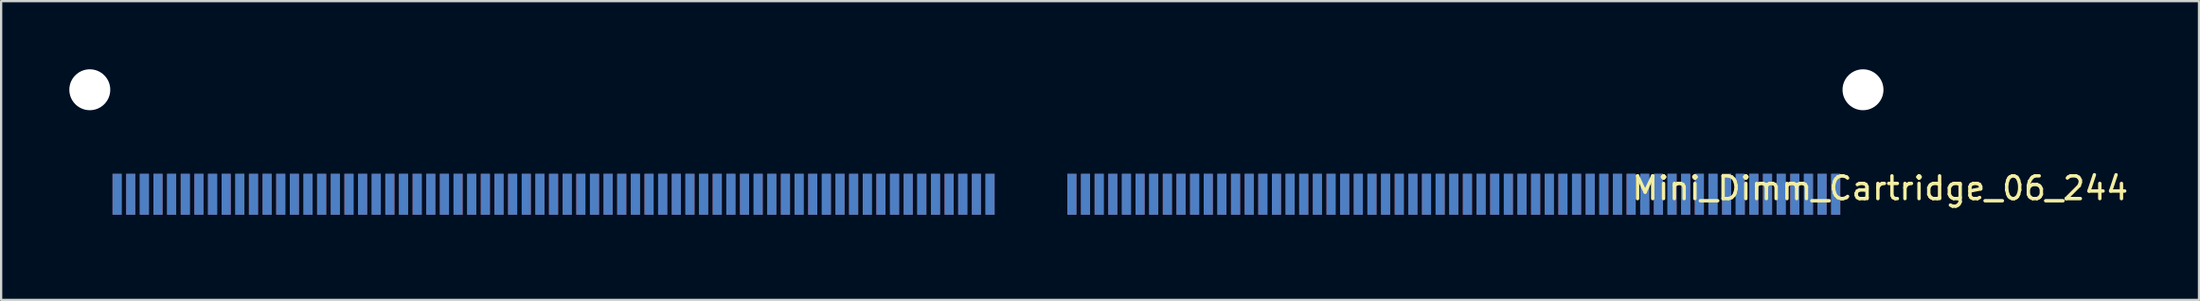
<source format=kicad_pcb>
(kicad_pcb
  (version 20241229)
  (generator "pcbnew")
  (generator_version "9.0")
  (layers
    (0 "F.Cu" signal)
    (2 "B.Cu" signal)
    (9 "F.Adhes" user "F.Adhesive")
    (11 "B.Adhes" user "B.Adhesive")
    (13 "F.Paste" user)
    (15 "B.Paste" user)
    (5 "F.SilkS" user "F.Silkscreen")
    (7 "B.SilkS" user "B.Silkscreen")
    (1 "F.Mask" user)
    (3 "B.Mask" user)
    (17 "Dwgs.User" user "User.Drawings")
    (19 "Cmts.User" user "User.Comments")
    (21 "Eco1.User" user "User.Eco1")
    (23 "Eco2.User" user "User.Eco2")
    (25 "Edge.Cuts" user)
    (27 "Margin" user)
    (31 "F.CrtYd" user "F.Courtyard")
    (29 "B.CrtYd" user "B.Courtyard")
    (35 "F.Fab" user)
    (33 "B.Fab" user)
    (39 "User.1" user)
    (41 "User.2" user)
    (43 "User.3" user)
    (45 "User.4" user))
  (footprint "Mini_Dimm_Cartridge_06_244"
    (layer "F.Cu")
    (at 39.9 6.9)
    (property "Reference" "Mini_Dimm_Cartridge_06_244" (at 39.75 -1.665 0) (layer "F.SilkS") (effects (font (size 1 1) (thickness 0.15))))
    (attr through_hole)
    (pad "" np_thru_hole circle (at -39 -6) (size 1.8 1.8) (drill 1.8) (layers "*.Cu" "*.Mask"))
    (pad "" np_thru_hole circle (at 39 -6) (size 1.8 1.8) (drill 1.8) (layers "*.Cu" "*.Mask"))
    (pad "1" smd rect (at -37.8 -1.4) (size 0.4 1.8) (layers "F.Cu" "F.Mask"))
    (pad "2" smd rect (at -37.2 -1.4) (size 0.4 1.8) (layers "F.Cu" "F.Mask"))
    (pad "3" smd rect (at -36.6 -1.4) (size 0.4 1.8) (layers "F.Cu" "F.Mask"))
    (pad "4" smd rect (at -36 -1.4) (size 0.4 1.8) (layers "F.Cu" "F.Mask"))
    (pad "5" smd rect (at -35.4 -1.4) (size 0.4 1.8) (layers "F.Cu" "F.Mask"))
    (pad "6" smd rect (at -34.8 -1.4) (size 0.4 1.8) (layers "F.Cu" "F.Mask"))
    (pad "7" smd rect (at -34.2 -1.4) (size 0.4 1.8) (layers "F.Cu" "F.Mask"))
    (pad "8" smd rect (at -33.6 -1.4) (size 0.4 1.8) (layers "F.Cu" "F.Mask"))
    (pad "9" smd rect (at -33 -1.4) (size 0.4 1.8) (layers "F.Cu" "F.Mask"))
    (pad "10" smd rect (at -32.4 -1.4) (size 0.4 1.8) (layers "F.Cu" "F.Mask"))
    (pad "11" smd rect (at -31.8 -1.4) (size 0.4 1.8) (layers "F.Cu" "F.Mask"))
    (pad "12" smd rect (at -31.2 -1.4) (size 0.4 1.8) (layers "F.Cu" "F.Mask"))
    (pad "13" smd rect (at -30.6 -1.4) (size 0.4 1.8) (layers "F.Cu" "F.Mask"))
    (pad "14" smd rect (at -30 -1.4) (size 0.4 1.8) (layers "F.Cu" "F.Mask"))
    (pad "15" smd rect (at -29.4 -1.4) (size 0.4 1.8) (layers "F.Cu" "F.Mask"))
    (pad "16" smd rect (at -28.8 -1.4) (size 0.4 1.8) (layers "F.Cu" "F.Mask"))
    (pad "17" smd rect (at -28.2 -1.4) (size 0.4 1.8) (layers "F.Cu" "F.Mask"))
    (pad "18" smd rect (at -27.6 -1.4) (size 0.4 1.8) (layers "F.Cu" "F.Mask"))
    (pad "19" smd rect (at -27 -1.4) (size 0.4 1.8) (layers "F.Cu" "F.Mask"))
    (pad "20" smd rect (at -26.4 -1.4) (size 0.4 1.8) (layers "F.Cu" "F.Mask"))
    (pad "21" smd rect (at -25.8 -1.4) (size 0.4 1.8) (layers "F.Cu" "F.Mask"))
    (pad "22" smd rect (at -25.2 -1.4) (size 0.4 1.8) (layers "F.Cu" "F.Mask"))
    (pad "23" smd rect (at -24.6 -1.4) (size 0.4 1.8) (layers "F.Cu" "F.Mask"))
    (pad "24" smd rect (at -24 -1.4) (size 0.4 1.8) (layers "F.Cu" "F.Mask"))
    (pad "25" smd rect (at -23.4 -1.4) (size 0.4 1.8) (layers "F.Cu" "F.Mask"))
    (pad "26" smd rect (at -22.8 -1.4) (size 0.4 1.8) (layers "F.Cu" "F.Mask"))
    (pad "27" smd rect (at -22.2 -1.4) (size 0.4 1.8) (layers "F.Cu" "F.Mask"))
    (pad "28" smd rect (at -21.6 -1.4) (size 0.4 1.8) (layers "F.Cu" "F.Mask"))
    (pad "29" smd rect (at -21 -1.4) (size 0.4 1.8) (layers "F.Cu" "F.Mask"))
    (pad "30" smd rect (at -20.4 -1.4) (size 0.4 1.8) (layers "F.Cu" "F.Mask"))
    (pad "31" smd rect (at -19.8 -1.4) (size 0.4 1.8) (layers "F.Cu" "F.Mask"))
    (pad "32" smd rect (at -19.2 -1.4) (size 0.4 1.8) (layers "F.Cu" "F.Mask"))
    (pad "33" smd rect (at -18.6 -1.4) (size 0.4 1.8) (layers "F.Cu" "F.Mask"))
    (pad "34" smd rect (at -18 -1.4) (size 0.4 1.8) (layers "F.Cu" "F.Mask"))
    (pad "35" smd rect (at -17.4 -1.4) (size 0.4 1.8) (layers "F.Cu" "F.Mask"))
    (pad "36" smd rect (at -16.8 -1.4) (size 0.4 1.8) (layers "F.Cu" "F.Mask"))
    (pad "37" smd rect (at -16.2 -1.4) (size 0.4 1.8) (layers "F.Cu" "F.Mask"))
    (pad "38" smd rect (at -15.6 -1.4) (size 0.4 1.8) (layers "F.Cu" "F.Mask"))
    (pad "39" smd rect (at -15 -1.4) (size 0.4 1.8) (layers "F.Cu" "F.Mask"))
    (pad "40" smd rect (at -14.4 -1.4) (size 0.4 1.8) (layers "F.Cu" "F.Mask"))
    (pad "41" smd rect (at -13.8 -1.4) (size 0.4 1.8) (layers "F.Cu" "F.Mask"))
    (pad "42" smd rect (at -13.2 -1.4) (size 0.4 1.8) (layers "F.Cu" "F.Mask"))
    (pad "43" smd rect (at -12.6 -1.4) (size 0.4 1.8) (layers "F.Cu" "F.Mask"))
    (pad "44" smd rect (at -12 -1.4) (size 0.4 1.8) (layers "F.Cu" "F.Mask"))
    (pad "45" smd rect (at -11.4 -1.4) (size 0.4 1.8) (layers "F.Cu" "F.Mask"))
    (pad "46" smd rect (at -10.8 -1.4) (size 0.4 1.8) (layers "F.Cu" "F.Mask"))
    (pad "47" smd rect (at -10.2 -1.4) (size 0.4 1.8) (layers "F.Cu" "F.Mask"))
    (pad "48" smd rect (at -9.6 -1.4) (size 0.4 1.8) (layers "F.Cu" "F.Mask"))
    (pad "49" smd rect (at -9 -1.4) (size 0.4 1.8) (layers "F.Cu" "F.Mask"))
    (pad "50" smd rect (at -8.4 -1.4) (size 0.4 1.8) (layers "F.Cu" "F.Mask"))
    (pad "51" smd rect (at -7.8 -1.4) (size 0.4 1.8) (layers "F.Cu" "F.Mask"))
    (pad "52" smd rect (at -7.2 -1.4) (size 0.4 1.8) (layers "F.Cu" "F.Mask"))
    (pad "53" smd rect (at -6.6 -1.4) (size 0.4 1.8) (layers "F.Cu" "F.Mask"))
    (pad "54" smd rect (at -6 -1.4) (size 0.4 1.8) (layers "F.Cu" "F.Mask"))
    (pad "55" smd rect (at -5.4 -1.4) (size 0.4 1.8) (layers "F.Cu" "F.Mask"))
    (pad "56" smd rect (at -4.8 -1.4) (size 0.4 1.8) (layers "F.Cu" "F.Mask"))
    (pad "57" smd rect (at -4.2 -1.4) (size 0.4 1.8) (layers "F.Cu" "F.Mask"))
    (pad "58" smd rect (at -3.6 -1.4) (size 0.4 1.8) (layers "F.Cu" "F.Mask"))
    (pad "59" smd rect (at -3 -1.4) (size 0.4 1.8) (layers "F.Cu" "F.Mask"))
    (pad "60" smd rect (at -2.4 -1.4) (size 0.4 1.8) (layers "F.Cu" "F.Mask"))
    (pad "61" smd rect (at -1.8 -1.4) (size 0.4 1.8) (layers "F.Cu" "F.Mask"))
    (pad "62" smd rect (at -1.2 -1.4) (size 0.4 1.8) (layers "F.Cu" "F.Mask"))
    (pad "63" smd rect (at -0.6 -1.4) (size 0.4 1.8) (layers "F.Cu" "F.Mask"))
    (pad "64" smd rect (at 0 -1.4) (size 0.4 1.8) (layers "F.Cu" "F.Mask"))
    (pad "65" smd rect (at 0.6 -1.4) (size 0.4 1.8) (layers "F.Cu" "F.Mask"))
    (pad "66" smd rect (at 4.2 -1.4) (size 0.4 1.8) (layers "F.Cu" "F.Mask"))
    (pad "67" smd rect (at 4.8 -1.4) (size 0.4 1.8) (layers "F.Cu" "F.Mask"))
    (pad "68" smd rect (at 5.4 -1.4) (size 0.4 1.8) (layers "F.Cu" "F.Mask"))
    (pad "69" smd rect (at 6 -1.4) (size 0.4 1.8) (layers "F.Cu" "F.Mask"))
    (pad "70" smd rect (at 6.6 -1.4) (size 0.4 1.8) (layers "F.Cu" "F.Mask"))
    (pad "71" smd rect (at 7.2 -1.4) (size 0.4 1.8) (layers "F.Cu" "F.Mask"))
    (pad "72" smd rect (at 7.8 -1.4) (size 0.4 1.8) (layers "F.Cu" "F.Mask"))
    (pad "73" smd rect (at 8.4 -1.4) (size 0.4 1.8) (layers "F.Cu" "F.Mask"))
    (pad "74" smd rect (at 9 -1.4) (size 0.4 1.8) (layers "F.Cu" "F.Mask"))
    (pad "75" smd rect (at 9.6 -1.4) (size 0.4 1.8) (layers "F.Cu" "F.Mask"))
    (pad "76" smd rect (at 10.2 -1.4) (size 0.4 1.8) (layers "F.Cu" "F.Mask"))
    (pad "77" smd rect (at 10.8 -1.4) (size 0.4 1.8) (layers "F.Cu" "F.Mask"))
    (pad "78" smd rect (at 11.4 -1.4) (size 0.4 1.8) (layers "F.Cu" "F.Mask"))
    (pad "79" smd rect (at 12 -1.4) (size 0.4 1.8) (layers "F.Cu" "F.Mask"))
    (pad "80" smd rect (at 12.6 -1.4) (size 0.4 1.8) (layers "F.Cu" "F.Mask"))
    (pad "81" smd rect (at 13.2 -1.4) (size 0.4 1.8) (layers "F.Cu" "F.Mask"))
    (pad "82" smd rect (at 13.8 -1.4) (size 0.4 1.8) (layers "F.Cu" "F.Mask"))
    (pad "83" smd rect (at 14.4 -1.4) (size 0.4 1.8) (layers "F.Cu" "F.Mask"))
    (pad "84" smd rect (at 15 -1.4) (size 0.4 1.8) (layers "F.Cu" "F.Mask"))
    (pad "85" smd rect (at 15.6 -1.4) (size 0.4 1.8) (layers "F.Cu" "F.Mask"))
    (pad "86" smd rect (at 16.2 -1.4) (size 0.4 1.8) (layers "F.Cu" "F.Mask"))
    (pad "87" smd rect (at 16.8 -1.4) (size 0.4 1.8) (layers "F.Cu" "F.Mask"))
    (pad "88" smd rect (at 17.4 -1.4) (size 0.4 1.8) (layers "F.Cu" "F.Mask"))
    (pad "89" smd rect (at 18 -1.4) (size 0.4 1.8) (layers "F.Cu" "F.Mask"))
    (pad "90" smd rect (at 18.6 -1.4) (size 0.4 1.8) (layers "F.Cu" "F.Mask"))
    (pad "91" smd rect (at 19.2 -1.4) (size 0.4 1.8) (layers "F.Cu" "F.Mask"))
    (pad "92" smd rect (at 19.8 -1.4) (size 0.4 1.8) (layers "F.Cu" "F.Mask"))
    (pad "93" smd rect (at 20.4 -1.4) (size 0.4 1.8) (layers "F.Cu" "F.Mask"))
    (pad "94" smd rect (at 21 -1.4) (size 0.4 1.8) (layers "F.Cu" "F.Mask"))
    (pad "95" smd rect (at 21.6 -1.4) (size 0.4 1.8) (layers "F.Cu" "F.Mask"))
    (pad "96" smd rect (at 22.2 -1.4) (size 0.4 1.8) (layers "F.Cu" "F.Mask"))
    (pad "97" smd rect (at 22.8 -1.4) (size 0.4 1.8) (layers "F.Cu" "F.Mask"))
    (pad "98" smd rect (at 23.4 -1.4) (size 0.4 1.8) (layers "F.Cu" "F.Mask"))
    (pad "99" smd rect (at 24 -1.4) (size 0.4 1.8) (layers "F.Cu" "F.Mask"))
    (pad "100" smd rect (at 24.6 -1.4) (size 0.4 1.8) (layers "F.Cu" "F.Mask"))
    (pad "101" smd rect (at 25.2 -1.4) (size 0.4 1.8) (layers "F.Cu" "F.Mask"))
    (pad "102" smd rect (at 25.8 -1.4) (size 0.4 1.8) (layers "F.Cu" "F.Mask"))
    (pad "103" smd rect (at 26.4 -1.4) (size 0.4 1.8) (layers "F.Cu" "F.Mask"))
    (pad "104" smd rect (at 27 -1.4) (size 0.4 1.8) (layers "F.Cu" "F.Mask"))
    (pad "105" smd rect (at 27.6 -1.4) (size 0.4 1.8) (layers "F.Cu" "F.Mask"))
    (pad "106" smd rect (at 28.2 -1.4) (size 0.4 1.8) (layers "F.Cu" "F.Mask"))
    (pad "107" smd rect (at 28.8 -1.4) (size 0.4 1.8) (layers "F.Cu" "F.Mask"))
    (pad "108" smd rect (at 29.4 -1.4) (size 0.4 1.8) (layers "F.Cu" "F.Mask"))
    (pad "109" smd rect (at 30 -1.4) (size 0.4 1.8) (layers "F.Cu" "F.Mask"))
    (pad "110" smd rect (at 30.6 -1.4) (size 0.4 1.8) (layers "F.Cu" "F.Mask"))
    (pad "111" smd rect (at 31.2 -1.4) (size 0.4 1.8) (layers "F.Cu" "F.Mask"))
    (pad "112" smd rect (at 31.8 -1.4) (size 0.4 1.8) (layers "F.Cu" "F.Mask"))
    (pad "113" smd rect (at 32.4 -1.4) (size 0.4 1.8) (layers "F.Cu" "F.Mask"))
    (pad "114" smd rect (at 33 -1.4) (size 0.4 1.8) (layers "F.Cu" "F.Mask"))
    (pad "115" smd rect (at 33.6 -1.4) (size 0.4 1.8) (layers "F.Cu" "F.Mask"))
    (pad "116" smd rect (at 34.2 -1.4) (size 0.4 1.8) (layers "F.Cu" "F.Mask"))
    (pad "117" smd rect (at 34.8 -1.4) (size 0.4 1.8) (layers "F.Cu" "F.Mask"))
    (pad "118" smd rect (at 35.4 -1.4) (size 0.4 1.8) (layers "F.Cu" "F.Mask"))
    (pad "119" smd rect (at 36 -1.4) (size 0.4 1.8) (layers "F.Cu" "F.Mask"))
    (pad "120" smd rect (at 36.6 -1.4) (size 0.4 1.8) (layers "F.Cu" "F.Mask"))
    (pad "121" smd rect (at 37.2 -1.4) (size 0.4 1.8) (layers "F.Cu" "F.Mask"))
    (pad "122" smd rect (at 37.8 -1.4) (size 0.4 1.8) (layers "F.Cu" "F.Mask"))
    (pad "123" smd rect (at 37.8 -1.4) (size 0.4 1.8) (layers "B.Cu" "B.Mask"))
    (pad "124" smd rect (at 37.2 -1.4) (size 0.4 1.8) (layers "B.Cu" "B.Mask"))
    (pad "125" smd rect (at 36.6 -1.4) (size 0.4 1.8) (layers "B.Cu" "B.Mask"))
    (pad "126" smd rect (at 36 -1.4) (size 0.4 1.8) (layers "B.Cu" "B.Mask"))
    (pad "127" smd rect (at 35.4 -1.4) (size 0.4 1.8) (layers "B.Cu" "B.Mask"))
    (pad "128" smd rect (at 34.8 -1.4) (size 0.4 1.8) (layers "B.Cu" "B.Mask"))
    (pad "129" smd rect (at 34.2 -1.4) (size 0.4 1.8) (layers "B.Cu" "B.Mask"))
    (pad "130" smd rect (at 33.6 -1.4) (size 0.4 1.8) (layers "B.Cu" "B.Mask"))
    (pad "131" smd rect (at 33 -1.4) (size 0.4 1.8) (layers "B.Cu" "B.Mask"))
    (pad "132" smd rect (at 32.4 -1.4) (size 0.4 1.8) (layers "B.Cu" "B.Mask"))
    (pad "133" smd rect (at 31.8 -1.4) (size 0.4 1.8) (layers "B.Cu" "B.Mask"))
    (pad "134" smd rect (at 31.2 -1.4) (size 0.4 1.8) (layers "B.Cu" "B.Mask"))
    (pad "135" smd rect (at 30.6 -1.4) (size 0.4 1.8) (layers "B.Cu" "B.Mask"))
    (pad "136" smd rect (at 30 -1.4) (size 0.4 1.8) (layers "B.Cu" "B.Mask"))
    (pad "137" smd rect (at 29.4 -1.4) (size 0.4 1.8) (layers "B.Cu" "B.Mask"))
    (pad "138" smd rect (at 28.8 -1.4) (size 0.4 1.8) (layers "B.Cu" "B.Mask"))
    (pad "139" smd rect (at 28.2 -1.4) (size 0.4 1.8) (layers "B.Cu" "B.Mask"))
    (pad "140" smd rect (at 27.6 -1.4) (size 0.4 1.8) (layers "B.Cu" "B.Mask"))
    (pad "141" smd rect (at 27 -1.4) (size 0.4 1.8) (layers "B.Cu" "B.Mask"))
    (pad "142" smd rect (at 26.4 -1.4) (size 0.4 1.8) (layers "B.Cu" "B.Mask"))
    (pad "143" smd rect (at 25.8 -1.4) (size 0.4 1.8) (layers "B.Cu" "B.Mask"))
    (pad "144" smd rect (at 25.2 -1.4) (size 0.4 1.8) (layers "B.Cu" "B.Mask"))
    (pad "145" smd rect (at 24.6 -1.4) (size 0.4 1.8) (layers "B.Cu" "B.Mask"))
    (pad "146" smd rect (at 24 -1.4) (size 0.4 1.8) (layers "B.Cu" "B.Mask"))
    (pad "147" smd rect (at 23.4 -1.4) (size 0.4 1.8) (layers "B.Cu" "B.Mask"))
    (pad "148" smd rect (at 22.8 -1.4) (size 0.4 1.8) (layers "B.Cu" "B.Mask"))
    (pad "149" smd rect (at 22.2 -1.4) (size 0.4 1.8) (layers "B.Cu" "B.Mask"))
    (pad "150" smd rect (at 21.6 -1.4) (size 0.4 1.8) (layers "B.Cu" "B.Mask"))
    (pad "151" smd rect (at 21 -1.4) (size 0.4 1.8) (layers "B.Cu" "B.Mask"))
    (pad "152" smd rect (at 20.4 -1.4) (size 0.4 1.8) (layers "B.Cu" "B.Mask"))
    (pad "153" smd rect (at 19.8 -1.4) (size 0.4 1.8) (layers "B.Cu" "B.Mask"))
    (pad "154" smd rect (at 19.2 -1.4) (size 0.4 1.8) (layers "B.Cu" "B.Mask"))
    (pad "155" smd rect (at 18.6 -1.4) (size 0.4 1.8) (layers "B.Cu" "B.Mask"))
    (pad "156" smd rect (at 18 -1.4) (size 0.4 1.8) (layers "B.Cu" "B.Mask"))
    (pad "157" smd rect (at 17.4 -1.4) (size 0.4 1.8) (layers "B.Cu" "B.Mask"))
    (pad "158" smd rect (at 16.8 -1.4) (size 0.4 1.8) (layers "B.Cu" "B.Mask"))
    (pad "159" smd rect (at 16.2 -1.4) (size 0.4 1.8) (layers "B.Cu" "B.Mask"))
    (pad "160" smd rect (at 15.6 -1.4) (size 0.4 1.8) (layers "B.Cu" "B.Mask"))
    (pad "161" smd rect (at 15 -1.4) (size 0.4 1.8) (layers "B.Cu" "B.Mask"))
    (pad "162" smd rect (at 14.4 -1.4) (size 0.4 1.8) (layers "B.Cu" "B.Mask"))
    (pad "163" smd rect (at 13.8 -1.4) (size 0.4 1.8) (layers "B.Cu" "B.Mask"))
    (pad "164" smd rect (at 13.2 -1.4) (size 0.4 1.8) (layers "B.Cu" "B.Mask"))
    (pad "165" smd rect (at 12.6 -1.4) (size 0.4 1.8) (layers "B.Cu" "B.Mask"))
    (pad "166" smd rect (at 12 -1.4) (size 0.4 1.8) (layers "B.Cu" "B.Mask"))
    (pad "167" smd rect (at 11.4 -1.4) (size 0.4 1.8) (layers "B.Cu" "B.Mask"))
    (pad "168" smd rect (at 10.8 -1.4) (size 0.4 1.8) (layers "B.Cu" "B.Mask"))
    (pad "169" smd rect (at 10.2 -1.4) (size 0.4 1.8) (layers "B.Cu" "B.Mask"))
    (pad "170" smd rect (at 9.6 -1.4) (size 0.4 1.8) (layers "B.Cu" "B.Mask"))
    (pad "171" smd rect (at 9 -1.4) (size 0.4 1.8) (layers "B.Cu" "B.Mask"))
    (pad "172" smd rect (at 8.4 -1.4) (size 0.4 1.8) (layers "B.Cu" "B.Mask"))
    (pad "173" smd rect (at 7.8 -1.4) (size 0.4 1.8) (layers "B.Cu" "B.Mask"))
    (pad "174" smd rect (at 7.2 -1.4) (size 0.4 1.8) (layers "B.Cu" "B.Mask"))
    (pad "175" smd rect (at 6.6 -1.4) (size 0.4 1.8) (layers "B.Cu" "B.Mask"))
    (pad "176" smd rect (at 6 -1.4) (size 0.4 1.8) (layers "B.Cu" "B.Mask"))
    (pad "177" smd rect (at 5.4 -1.4) (size 0.4 1.8) (layers "B.Cu" "B.Mask"))
    (pad "178" smd rect (at 4.8 -1.4) (size 0.4 1.8) (layers "B.Cu" "B.Mask"))
    (pad "179" smd rect (at 4.2 -1.4) (size 0.4 1.8) (layers "B.Cu" "B.Mask"))
    (pad "180" smd rect (at 0.6 -1.4) (size 0.4 1.8) (layers "B.Cu" "B.Mask"))
    (pad "181" smd rect (at 0 -1.4) (size 0.4 1.8) (layers "B.Cu" "B.Mask"))
    (pad "182" smd rect (at -0.6 -1.4) (size 0.4 1.8) (layers "B.Cu" "B.Mask"))
    (pad "183" smd rect (at -1.2 -1.4) (size 0.4 1.8) (layers "B.Cu" "B.Mask"))
    (pad "184" smd rect (at -1.8 -1.4) (size 0.4 1.8) (layers "B.Cu" "B.Mask"))
    (pad "185" smd rect (at -2.4 -1.4) (size 0.4 1.8) (layers "B.Cu" "B.Mask"))
    (pad "186" smd rect (at -3 -1.4) (size 0.4 1.8) (layers "B.Cu" "B.Mask"))
    (pad "187" smd rect (at -3.6 -1.4) (size 0.4 1.8) (layers "B.Cu" "B.Mask"))
    (pad "188" smd rect (at -4.2 -1.4) (size 0.4 1.8) (layers "B.Cu" "B.Mask"))
    (pad "189" smd rect (at -4.8 -1.4) (size 0.4 1.8) (layers "B.Cu" "B.Mask"))
    (pad "190" smd rect (at -5.4 -1.4) (size 0.4 1.8) (layers "B.Cu" "B.Mask"))
    (pad "191" smd rect (at -6 -1.4) (size 0.4 1.8) (layers "B.Cu" "B.Mask"))
    (pad "192" smd rect (at -6.6 -1.4) (size 0.4 1.8) (layers "B.Cu" "B.Mask"))
    (pad "193" smd rect (at -7.2 -1.4) (size 0.4 1.8) (layers "B.Cu" "B.Mask"))
    (pad "194" smd rect (at -7.8 -1.4) (size 0.4 1.8) (layers "B.Cu" "B.Mask"))
    (pad "195" smd rect (at -8.4 -1.4) (size 0.4 1.8) (layers "B.Cu" "B.Mask"))
    (pad "196" smd rect (at -9 -1.4) (size 0.4 1.8) (layers "B.Cu" "B.Mask"))
    (pad "197" smd rect (at -9.6 -1.4) (size 0.4 1.8) (layers "B.Cu" "B.Mask"))
    (pad "198" smd rect (at -10.2 -1.4) (size 0.4 1.8) (layers "B.Cu" "B.Mask"))
    (pad "199" smd rect (at -10.8 -1.4) (size 0.4 1.8) (layers "B.Cu" "B.Mask"))
    (pad "200" smd rect (at -11.4 -1.4) (size 0.4 1.8) (layers "B.Cu" "B.Mask"))
    (pad "201" smd rect (at -12 -1.4) (size 0.4 1.8) (layers "B.Cu" "B.Mask"))
    (pad "202" smd rect (at -12.6 -1.4) (size 0.4 1.8) (layers "B.Cu" "B.Mask"))
    (pad "203" smd rect (at -13.2 -1.4) (size 0.4 1.8) (layers "B.Cu" "B.Mask"))
    (pad "204" smd rect (at -13.8 -1.4) (size 0.4 1.8) (layers "B.Cu" "B.Mask"))
    (pad "205" smd rect (at -14.4 -1.4) (size 0.4 1.8) (layers "B.Cu" "B.Mask"))
    (pad "206" smd rect (at -15 -1.4) (size 0.4 1.8) (layers "B.Cu" "B.Mask"))
    (pad "207" smd rect (at -15.6 -1.4) (size 0.4 1.8) (layers "B.Cu" "B.Mask"))
    (pad "208" smd rect (at -16.2 -1.4) (size 0.4 1.8) (layers "B.Cu" "B.Mask"))
    (pad "209" smd rect (at -16.8 -1.4) (size 0.4 1.8) (layers "B.Cu" "B.Mask"))
    (pad "210" smd rect (at -17.4 -1.4) (size 0.4 1.8) (layers "B.Cu" "B.Mask"))
    (pad "211" smd rect (at -18 -1.4) (size 0.4 1.8) (layers "B.Cu" "B.Mask"))
    (pad "212" smd rect (at -18.6 -1.4) (size 0.4 1.8) (layers "B.Cu" "B.Mask"))
    (pad "213" smd rect (at -19.2 -1.4) (size 0.4 1.8) (layers "B.Cu" "B.Mask"))
    (pad "214" smd rect (at -19.8 -1.4) (size 0.4 1.8) (layers "B.Cu" "B.Mask"))
    (pad "215" smd rect (at -20.4 -1.4) (size 0.4 1.8) (layers "B.Cu" "B.Mask"))
    (pad "216" smd rect (at -21 -1.4) (size 0.4 1.8) (layers "B.Cu" "B.Mask"))
    (pad "217" smd rect (at -21.6 -1.4) (size 0.4 1.8) (layers "B.Cu" "B.Mask"))
    (pad "218" smd rect (at -22.2 -1.4) (size 0.4 1.8) (layers "B.Cu" "B.Mask"))
    (pad "219" smd rect (at -22.8 -1.4) (size 0.4 1.8) (layers "B.Cu" "B.Mask"))
    (pad "220" smd rect (at -23.4 -1.4) (size 0.4 1.8) (layers "B.Cu" "B.Mask"))
    (pad "221" smd rect (at -24 -1.4) (size 0.4 1.8) (layers "B.Cu" "B.Mask"))
    (pad "222" smd rect (at -24.6 -1.4) (size 0.4 1.8) (layers "B.Cu" "B.Mask"))
    (pad "223" smd rect (at -25.2 -1.4) (size 0.4 1.8) (layers "B.Cu" "B.Mask"))
    (pad "224" smd rect (at -25.8 -1.4) (size 0.4 1.8) (layers "B.Cu" "B.Mask"))
    (pad "225" smd rect (at -26.4 -1.4) (size 0.4 1.8) (layers "B.Cu" "B.Mask"))
    (pad "226" smd rect (at -27 -1.4) (size 0.4 1.8) (layers "B.Cu" "B.Mask"))
    (pad "227" smd rect (at -27.6 -1.4) (size 0.4 1.8) (layers "B.Cu" "B.Mask"))
    (pad "228" smd rect (at -28.2 -1.4) (size 0.4 1.8) (layers "B.Cu" "B.Mask"))
    (pad "229" smd rect (at -28.8 -1.4) (size 0.4 1.8) (layers "B.Cu" "B.Mask"))
    (pad "230" smd rect (at -29.4 -1.4) (size 0.4 1.8) (layers "B.Cu" "B.Mask"))
    (pad "231" smd rect (at -30 -1.4) (size 0.4 1.8) (layers "B.Cu" "B.Mask"))
    (pad "232" smd rect (at -30.6 -1.4) (size 0.4 1.8) (layers "B.Cu" "B.Mask"))
    (pad "233" smd rect (at -31.2 -1.4) (size 0.4 1.8) (layers "B.Cu" "B.Mask"))
    (pad "234" smd rect (at -31.8 -1.4) (size 0.4 1.8) (layers "B.Cu" "B.Mask"))
    (pad "235" smd rect (at -32.4 -1.4) (size 0.4 1.8) (layers "B.Cu" "B.Mask"))
    (pad "236" smd rect (at -33 -1.4) (size 0.4 1.8) (layers "B.Cu" "B.Mask"))
    (pad "237" smd rect (at -33.6 -1.4) (size 0.4 1.8) (layers "B.Cu" "B.Mask"))
    (pad "238" smd rect (at -34.2 -1.4) (size 0.4 1.8) (layers "B.Cu" "B.Mask"))
    (pad "239" smd rect (at -34.8 -1.4) (size 0.4 1.8) (layers "B.Cu" "B.Mask"))
    (pad "240" smd rect (at -35.4 -1.4) (size 0.4 1.8) (layers "B.Cu" "B.Mask"))
    (pad "241" smd rect (at -36 -1.4) (size 0.4 1.8) (layers "B.Cu" "B.Mask"))
    (pad "242" smd rect (at -36.6 -1.4) (size 0.4 1.8) (layers "B.Cu" "B.Mask"))
    (pad "243" smd rect (at -37.2 -1.4) (size 0.4 1.8) (layers "B.Cu" "B.Mask"))
    (pad "244" smd rect (at -37.8 -1.4) (size 0.4 1.8) (layers "B.Cu" "B.Mask")))
  (gr_rect
    (start -3 -3)
    (end 93.68 10.15)
    (stroke (width 0.1) (type default))
    (fill no)
    (layer "Edge.Cuts")))
</source>
